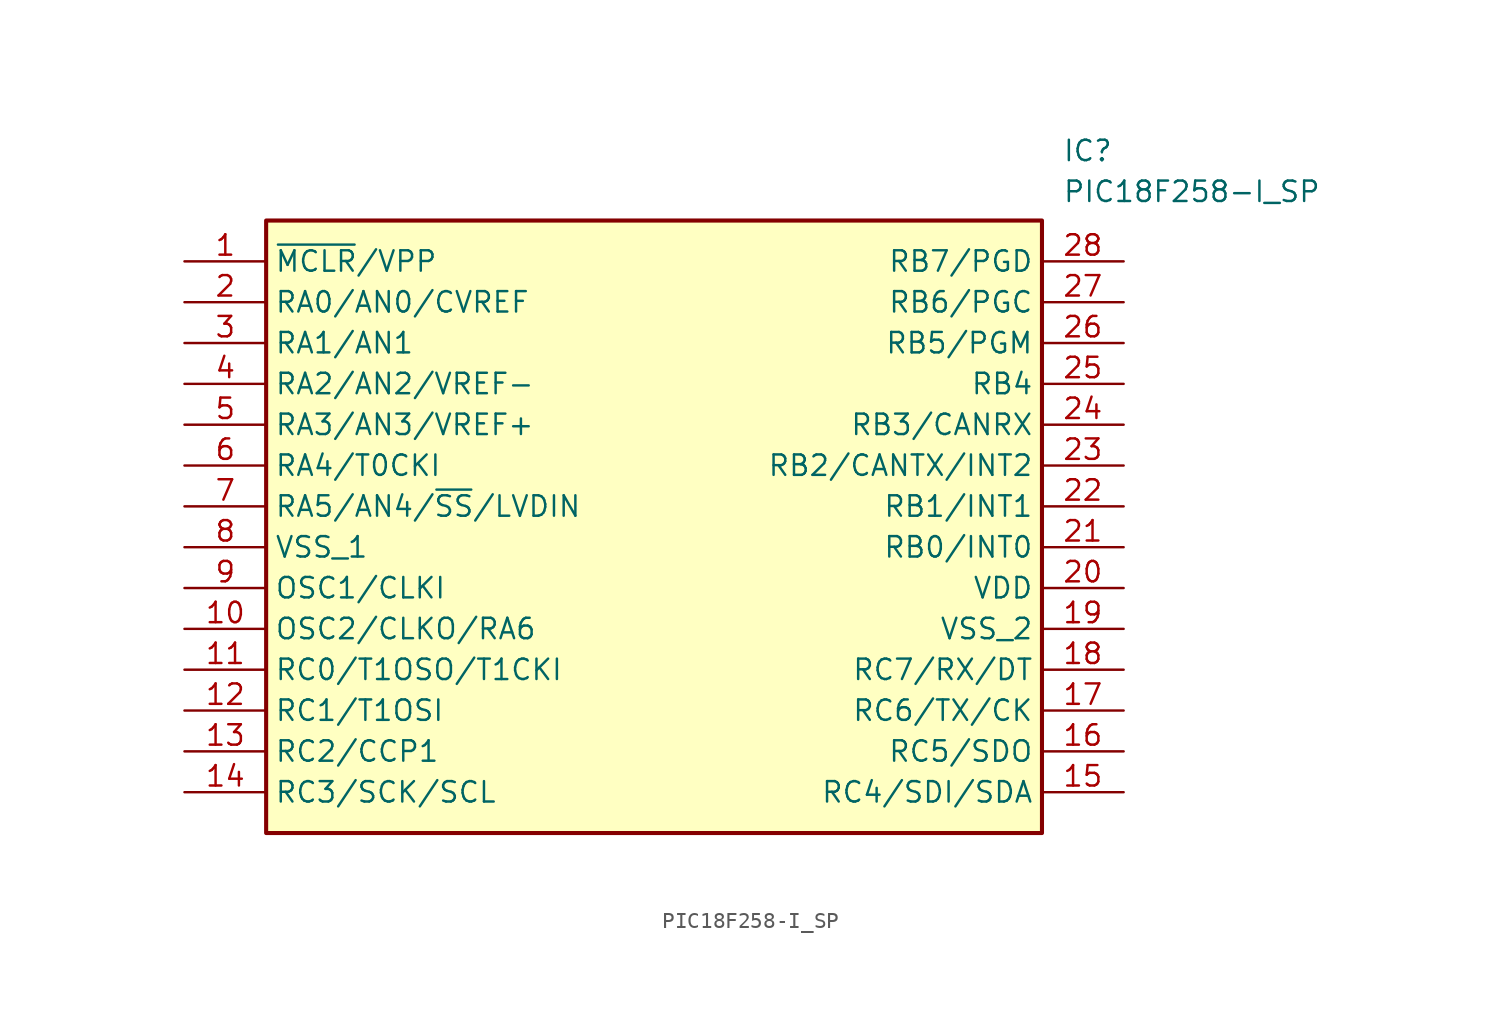
<source format=kicad_sym>
(kicad_symbol_lib
  (version 20211014)
  (generator SamacSys_ECAD_Model)
  (symbol "PIC18F258-I_SP"
    (property "Reference" "IC"
      (at 54.61 7.62 0)
      (effects (font (size 1.27 1.27)) (justify left top)))
    (property "Value" "PIC18F258-I_SP"
      (at 54.61 5.08 0)
      (effects (font (size 1.27 1.27)) (justify left top)))
    (rectangle
      (start 5.08 2.54)
      (end 53.34 -35.56)
      (stroke (width 0.254) (type default))
      (fill (type background)))
    (pin passive line
      (at 0 0 0)
      (length 5.08)
      (name "~{MCLR}/VPP" (effects (font (size 1.27 1.27))))
      (number "1" (effects (font (size 1.27 1.27)))))
    (pin passive line
      (at 0 -2.54 0)
      (length 5.08)
      (name "RA0/AN0/CVREF" (effects (font (size 1.27 1.27))))
      (number "2" (effects (font (size 1.27 1.27)))))
    (pin passive line
      (at 0 -5.08 0)
      (length 5.08)
      (name "RA1/AN1" (effects (font (size 1.27 1.27))))
      (number "3" (effects (font (size 1.27 1.27)))))
    (pin passive line
      (at 0 -7.62 0)
      (length 5.08)
      (name "RA2/AN2/VREF-" (effects (font (size 1.27 1.27))))
      (number "4" (effects (font (size 1.27 1.27)))))
    (pin passive line
      (at 0 -10.16 0)
      (length 5.08)
      (name "RA3/AN3/VREF+" (effects (font (size 1.27 1.27))))
      (number "5" (effects (font (size 1.27 1.27)))))
    (pin passive line
      (at 0 -12.7 0)
      (length 5.08)
      (name "RA4/T0CKI" (effects (font (size 1.27 1.27))))
      (number "6" (effects (font (size 1.27 1.27)))))
    (pin passive line
      (at 0 -15.24 0)
      (length 5.08)
      (name "RA5/AN4/~{SS}/LVDIN" (effects (font (size 1.27 1.27))))
      (number "7" (effects (font (size 1.27 1.27)))))
    (pin passive line
      (at 0 -17.78 0)
      (length 5.08)
      (name "VSS_1" (effects (font (size 1.27 1.27))))
      (number "8" (effects (font (size 1.27 1.27)))))
    (pin passive line
      (at 0 -20.32 0)
      (length 5.08)
      (name "OSC1/CLKI" (effects (font (size 1.27 1.27))))
      (number "9" (effects (font (size 1.27 1.27)))))
    (pin passive line
      (at 0 -22.86 0)
      (length 5.08)
      (name "OSC2/CLKO/RA6" (effects (font (size 1.27 1.27))))
      (number "10" (effects (font (size 1.27 1.27)))))
    (pin passive line
      (at 0 -25.4 0)
      (length 5.08)
      (name "RC0/T1OSO/T1CKI" (effects (font (size 1.27 1.27))))
      (number "11" (effects (font (size 1.27 1.27)))))
    (pin passive line
      (at 0 -27.94 0)
      (length 5.08)
      (name "RC1/T1OSI" (effects (font (size 1.27 1.27))))
      (number "12" (effects (font (size 1.27 1.27)))))
    (pin passive line
      (at 0 -30.48 0)
      (length 5.08)
      (name "RC2/CCP1" (effects (font (size 1.27 1.27))))
      (number "13" (effects (font (size 1.27 1.27)))))
    (pin passive line
      (at 0 -33.02 0)
      (length 5.08)
      (name "RC3/SCK/SCL" (effects (font (size 1.27 1.27))))
      (number "14" (effects (font (size 1.27 1.27)))))
    (pin passive line
      (at 58.42 0 180)
      (length 5.08)
      (name "RB7/PGD" (effects (font (size 1.27 1.27))))
      (number "28" (effects (font (size 1.27 1.27)))))
    (pin passive line
      (at 58.42 -2.54 180)
      (length 5.08)
      (name "RB6/PGC" (effects (font (size 1.27 1.27))))
      (number "27" (effects (font (size 1.27 1.27)))))
    (pin passive line
      (at 58.42 -5.08 180)
      (length 5.08)
      (name "RB5/PGM" (effects (font (size 1.27 1.27))))
      (number "26" (effects (font (size 1.27 1.27)))))
    (pin passive line
      (at 58.42 -7.62 180)
      (length 5.08)
      (name "RB4" (effects (font (size 1.27 1.27))))
      (number "25" (effects (font (size 1.27 1.27)))))
    (pin passive line
      (at 58.42 -10.16 180)
      (length 5.08)
      (name "RB3/CANRX" (effects (font (size 1.27 1.27))))
      (number "24" (effects (font (size 1.27 1.27)))))
    (pin passive line
      (at 58.42 -12.7 180)
      (length 5.08)
      (name "RB2/CANTX/INT2" (effects (font (size 1.27 1.27))))
      (number "23" (effects (font (size 1.27 1.27)))))
    (pin passive line
      (at 58.42 -15.24 180)
      (length 5.08)
      (name "RB1/INT1" (effects (font (size 1.27 1.27))))
      (number "22" (effects (font (size 1.27 1.27)))))
    (pin passive line
      (at 58.42 -17.78 180)
      (length 5.08)
      (name "RB0/INT0" (effects (font (size 1.27 1.27))))
      (number "21" (effects (font (size 1.27 1.27)))))
    (pin passive line
      (at 58.42 -20.32 180)
      (length 5.08)
      (name "VDD" (effects (font (size 1.27 1.27))))
      (number "20" (effects (font (size 1.27 1.27)))))
    (pin passive line
      (at 58.42 -22.86 180)
      (length 5.08)
      (name "VSS_2" (effects (font (size 1.27 1.27))))
      (number "19" (effects (font (size 1.27 1.27)))))
    (pin passive line
      (at 58.42 -25.4 180)
      (length 5.08)
      (name "RC7/RX/DT" (effects (font (size 1.27 1.27))))
      (number "18" (effects (font (size 1.27 1.27)))))
    (pin passive line
      (at 58.42 -27.94 180)
      (length 5.08)
      (name "RC6/TX/CK" (effects (font (size 1.27 1.27))))
      (number "17" (effects (font (size 1.27 1.27)))))
    (pin passive line
      (at 58.42 -30.48 180)
      (length 5.08)
      (name "RC5/SDO" (effects (font (size 1.27 1.27))))
      (number "16" (effects (font (size 1.27 1.27)))))
    (pin passive line
      (at 58.42 -33.02 180)
      (length 5.08)
      (name "RC4/SDI/SDA" (effects (font (size 1.27 1.27))))
      (number "15" (effects (font (size 1.27 1.27)))))))
</source>
